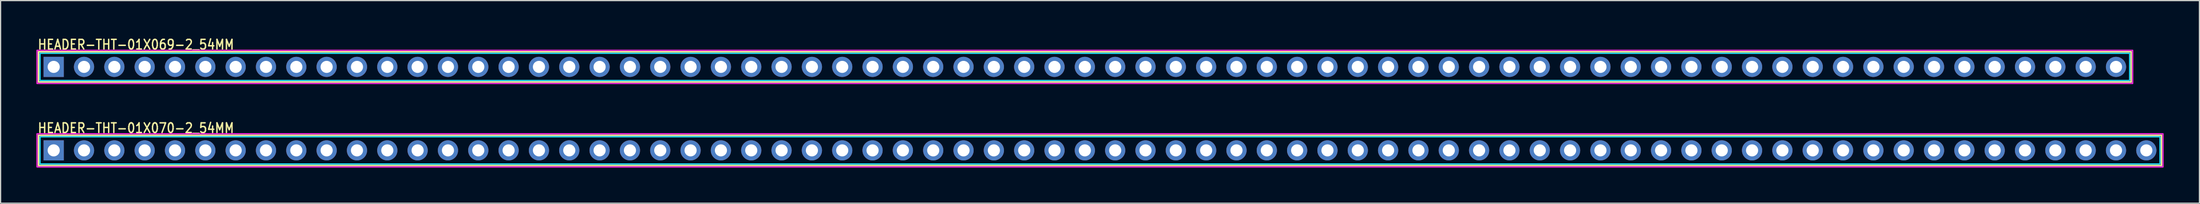
<source format=kicad_pcb>
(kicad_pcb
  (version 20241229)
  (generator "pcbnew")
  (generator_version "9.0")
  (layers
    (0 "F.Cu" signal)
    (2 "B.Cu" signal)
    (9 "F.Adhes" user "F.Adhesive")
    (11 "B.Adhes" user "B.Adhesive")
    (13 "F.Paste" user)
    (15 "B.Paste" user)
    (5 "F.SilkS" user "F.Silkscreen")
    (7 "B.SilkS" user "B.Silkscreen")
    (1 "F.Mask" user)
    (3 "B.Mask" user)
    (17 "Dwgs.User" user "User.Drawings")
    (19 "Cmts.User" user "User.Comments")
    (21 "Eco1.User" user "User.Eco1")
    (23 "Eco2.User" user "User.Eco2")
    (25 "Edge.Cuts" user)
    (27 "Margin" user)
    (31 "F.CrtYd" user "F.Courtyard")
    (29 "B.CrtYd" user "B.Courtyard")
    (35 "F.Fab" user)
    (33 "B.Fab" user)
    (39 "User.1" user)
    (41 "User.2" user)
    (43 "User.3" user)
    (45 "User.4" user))
  (footprint "HEADER-THT-01X069-2_54MM"
    (layer "F.Cu")
    (at 1.447 2.579)
    (property "Reference" "HEADER-THT-01X069-2_54MM" (at -1.4 -1.4 0) (unlocked yes) (layer "F.SilkS") (effects (font (size 0.813 0.695) (thickness 0.122)) (justify left bottom)))
    (fp_line (start -1.27 -1.27) (end -1.27 1.27) (stroke (width 0.127) (type solid)) (layer "F.SilkS"))
    (fp_line (start -1.27 1.27) (end 173.99 1.27) (stroke (width 0.127) (type solid)) (layer "F.SilkS"))
    (fp_line (start 173.99 -1.27) (end -1.27 -1.27) (stroke (width 0.127) (type solid)) (layer "F.SilkS"))
    (fp_line (start 173.99 1.27) (end 173.99 -1.27) (stroke (width 0.127) (type solid)) (layer "F.SilkS"))
    (fp_poly (pts (xy -1.143 -1.143) (xy 173.863 -1.143) (xy 173.863 1.143) (xy -1.143 1.143)) (stroke (width 0.1) (type solid)) (fill no) (layer "B.CrtYd"))
    (fp_poly (pts (xy -1.397 -1.397) (xy 174.117 -1.397) (xy 174.117 1.397) (xy -1.397 1.397)) (stroke (width 0.1) (type solid)) (fill no) (layer "F.CrtYd"))
    (pad "1" thru_hole rect (at 0 0) (size 1.693 1.693) (drill 1.016) (layers "*.Cu" "*.Mask"))
    (pad "2" thru_hole oval (at 2.54 0) (size 1.693 1.693) (drill 1.016) (layers "*.Cu" "*.Mask"))
    (pad "3" thru_hole oval (at 5.08 0) (size 1.693 1.693) (drill 1.016) (layers "*.Cu" "*.Mask"))
    (pad "4" thru_hole oval (at 7.62 0) (size 1.693 1.693) (drill 1.016) (layers "*.Cu" "*.Mask"))
    (pad "5" thru_hole oval (at 10.16 0) (size 1.693 1.693) (drill 1.016) (layers "*.Cu" "*.Mask"))
    (pad "6" thru_hole oval (at 12.7 0) (size 1.693 1.693) (drill 1.016) (layers "*.Cu" "*.Mask"))
    (pad "7" thru_hole oval (at 15.24 0) (size 1.693 1.693) (drill 1.016) (layers "*.Cu" "*.Mask"))
    (pad "8" thru_hole oval (at 17.78 0) (size 1.693 1.693) (drill 1.016) (layers "*.Cu" "*.Mask"))
    (pad "9" thru_hole oval (at 20.32 0) (size 1.693 1.693) (drill 1.016) (layers "*.Cu" "*.Mask"))
    (pad "10" thru_hole oval (at 22.86 0) (size 1.693 1.693) (drill 1.016) (layers "*.Cu" "*.Mask"))
    (pad "11" thru_hole oval (at 25.4 0) (size 1.693 1.693) (drill 1.016) (layers "*.Cu" "*.Mask"))
    (pad "12" thru_hole oval (at 27.94 0) (size 1.693 1.693) (drill 1.016) (layers "*.Cu" "*.Mask"))
    (pad "13" thru_hole oval (at 30.48 0) (size 1.693 1.693) (drill 1.016) (layers "*.Cu" "*.Mask"))
    (pad "14" thru_hole oval (at 33.02 0) (size 1.693 1.693) (drill 1.016) (layers "*.Cu" "*.Mask"))
    (pad "15" thru_hole oval (at 35.56 0) (size 1.693 1.693) (drill 1.016) (layers "*.Cu" "*.Mask"))
    (pad "16" thru_hole oval (at 38.1 0) (size 1.693 1.693) (drill 1.016) (layers "*.Cu" "*.Mask"))
    (pad "17" thru_hole oval (at 40.64 0) (size 1.693 1.693) (drill 1.016) (layers "*.Cu" "*.Mask"))
    (pad "18" thru_hole oval (at 43.18 0) (size 1.693 1.693) (drill 1.016) (layers "*.Cu" "*.Mask"))
    (pad "19" thru_hole oval (at 45.72 0) (size 1.693 1.693) (drill 1.016) (layers "*.Cu" "*.Mask"))
    (pad "20" thru_hole oval (at 48.26 0) (size 1.693 1.693) (drill 1.016) (layers "*.Cu" "*.Mask"))
    (pad "21" thru_hole oval (at 50.8 0) (size 1.693 1.693) (drill 1.016) (layers "*.Cu" "*.Mask"))
    (pad "22" thru_hole oval (at 53.34 0) (size 1.693 1.693) (drill 1.016) (layers "*.Cu" "*.Mask"))
    (pad "23" thru_hole oval (at 55.88 0) (size 1.693 1.693) (drill 1.016) (layers "*.Cu" "*.Mask"))
    (pad "24" thru_hole oval (at 58.42 0) (size 1.693 1.693) (drill 1.016) (layers "*.Cu" "*.Mask"))
    (pad "25" thru_hole oval (at 60.96 0) (size 1.693 1.693) (drill 1.016) (layers "*.Cu" "*.Mask"))
    (pad "26" thru_hole oval (at 63.5 0) (size 1.693 1.693) (drill 1.016) (layers "*.Cu" "*.Mask"))
    (pad "27" thru_hole oval (at 66.04 0) (size 1.693 1.693) (drill 1.016) (layers "*.Cu" "*.Mask"))
    (pad "28" thru_hole oval (at 68.58 0) (size 1.693 1.693) (drill 1.016) (layers "*.Cu" "*.Mask"))
    (pad "29" thru_hole oval (at 71.12 0) (size 1.693 1.693) (drill 1.016) (layers "*.Cu" "*.Mask"))
    (pad "30" thru_hole oval (at 73.66 0) (size 1.693 1.693) (drill 1.016) (layers "*.Cu" "*.Mask"))
    (pad "31" thru_hole oval (at 76.2 0) (size 1.693 1.693) (drill 1.016) (layers "*.Cu" "*.Mask"))
    (pad "32" thru_hole oval (at 78.74 0) (size 1.693 1.693) (drill 1.016) (layers "*.Cu" "*.Mask"))
    (pad "33" thru_hole oval (at 81.28 0) (size 1.693 1.693) (drill 1.016) (layers "*.Cu" "*.Mask"))
    (pad "34" thru_hole oval (at 83.82 0) (size 1.693 1.693) (drill 1.016) (layers "*.Cu" "*.Mask"))
    (pad "35" thru_hole oval (at 86.36 0) (size 1.693 1.693) (drill 1.016) (layers "*.Cu" "*.Mask"))
    (pad "36" thru_hole oval (at 88.9 0) (size 1.693 1.693) (drill 1.016) (layers "*.Cu" "*.Mask"))
    (pad "37" thru_hole oval (at 91.44 0) (size 1.693 1.693) (drill 1.016) (layers "*.Cu" "*.Mask"))
    (pad "38" thru_hole oval (at 93.98 0) (size 1.693 1.693) (drill 1.016) (layers "*.Cu" "*.Mask"))
    (pad "39" thru_hole oval (at 96.52 0) (size 1.693 1.693) (drill 1.016) (layers "*.Cu" "*.Mask"))
    (pad "40" thru_hole oval (at 99.06 0) (size 1.693 1.693) (drill 1.016) (layers "*.Cu" "*.Mask"))
    (pad "41" thru_hole oval (at 101.6 0) (size 1.693 1.693) (drill 1.016) (layers "*.Cu" "*.Mask"))
    (pad "42" thru_hole oval (at 104.14 0) (size 1.693 1.693) (drill 1.016) (layers "*.Cu" "*.Mask"))
    (pad "43" thru_hole oval (at 106.68 0) (size 1.693 1.693) (drill 1.016) (layers "*.Cu" "*.Mask"))
    (pad "44" thru_hole oval (at 109.22 0) (size 1.693 1.693) (drill 1.016) (layers "*.Cu" "*.Mask"))
    (pad "45" thru_hole oval (at 111.76 0) (size 1.693 1.693) (drill 1.016) (layers "*.Cu" "*.Mask"))
    (pad "46" thru_hole oval (at 114.3 0) (size 1.693 1.693) (drill 1.016) (layers "*.Cu" "*.Mask"))
    (pad "47" thru_hole oval (at 116.84 0) (size 1.693 1.693) (drill 1.016) (layers "*.Cu" "*.Mask"))
    (pad "48" thru_hole oval (at 119.38 0) (size 1.693 1.693) (drill 1.016) (layers "*.Cu" "*.Mask"))
    (pad "49" thru_hole oval (at 121.92 0) (size 1.693 1.693) (drill 1.016) (layers "*.Cu" "*.Mask"))
    (pad "50" thru_hole oval (at 124.46 0) (size 1.693 1.693) (drill 1.016) (layers "*.Cu" "*.Mask"))
    (pad "51" thru_hole oval (at 127 0) (size 1.693 1.693) (drill 1.016) (layers "*.Cu" "*.Mask"))
    (pad "52" thru_hole oval (at 129.54 0) (size 1.693 1.693) (drill 1.016) (layers "*.Cu" "*.Mask"))
    (pad "53" thru_hole oval (at 132.08 0) (size 1.693 1.693) (drill 1.016) (layers "*.Cu" "*.Mask"))
    (pad "54" thru_hole oval (at 134.62 0) (size 1.693 1.693) (drill 1.016) (layers "*.Cu" "*.Mask"))
    (pad "55" thru_hole oval (at 137.16 0) (size 1.693 1.693) (drill 1.016) (layers "*.Cu" "*.Mask"))
    (pad "56" thru_hole oval (at 139.7 0) (size 1.693 1.693) (drill 1.016) (layers "*.Cu" "*.Mask"))
    (pad "57" thru_hole oval (at 142.24 0) (size 1.693 1.693) (drill 1.016) (layers "*.Cu" "*.Mask"))
    (pad "58" thru_hole oval (at 144.78 0) (size 1.693 1.693) (drill 1.016) (layers "*.Cu" "*.Mask"))
    (pad "59" thru_hole oval (at 147.32 0) (size 1.693 1.693) (drill 1.016) (layers "*.Cu" "*.Mask"))
    (pad "60" thru_hole oval (at 149.86 0) (size 1.693 1.693) (drill 1.016) (layers "*.Cu" "*.Mask"))
    (pad "61" thru_hole oval (at 152.4 0) (size 1.693 1.693) (drill 1.016) (layers "*.Cu" "*.Mask"))
    (pad "62" thru_hole oval (at 154.94 0) (size 1.693 1.693) (drill 1.016) (layers "*.Cu" "*.Mask"))
    (pad "63" thru_hole oval (at 157.48 0) (size 1.693 1.693) (drill 1.016) (layers "*.Cu" "*.Mask"))
    (pad "64" thru_hole oval (at 160.02 0) (size 1.693 1.693) (drill 1.016) (layers "*.Cu" "*.Mask"))
    (pad "65" thru_hole oval (at 162.56 0) (size 1.693 1.693) (drill 1.016) (layers "*.Cu" "*.Mask"))
    (pad "66" thru_hole oval (at 165.1 0) (size 1.693 1.693) (drill 1.016) (layers "*.Cu" "*.Mask"))
    (pad "67" thru_hole oval (at 167.64 0) (size 1.693 1.693) (drill 1.016) (layers "*.Cu" "*.Mask"))
    (pad "68" thru_hole oval (at 170.18 0) (size 1.693 1.693) (drill 1.016) (layers "*.Cu" "*.Mask"))
    (pad "69" thru_hole oval (at 172.72 0) (size 1.693 1.693) (drill 1.016) (layers "*.Cu" "*.Mask")))
  (footprint "HEADER-THT-01X070-2_54MM"
    (layer "F.Cu")
    (at 1.447 9.604)
    (property "Reference" "HEADER-THT-01X070-2_54MM" (at -1.4 -1.4 0) (unlocked yes) (layer "F.SilkS") (effects (font (size 0.813 0.695) (thickness 0.122)) (justify left bottom)))
    (fp_line (start -1.27 -1.27) (end -1.27 1.27) (stroke (width 0.127) (type solid)) (layer "F.SilkS"))
    (fp_line (start -1.27 1.27) (end 176.53 1.27) (stroke (width 0.127) (type solid)) (layer "F.SilkS"))
    (fp_line (start 176.53 -1.27) (end -1.27 -1.27) (stroke (width 0.127) (type solid)) (layer "F.SilkS"))
    (fp_line (start 176.53 1.27) (end 176.53 -1.27) (stroke (width 0.127) (type solid)) (layer "F.SilkS"))
    (fp_poly (pts (xy -1.143 -1.143) (xy 176.403 -1.143) (xy 176.403 1.143) (xy -1.143 1.143)) (stroke (width 0.1) (type solid)) (fill no) (layer "B.CrtYd"))
    (fp_poly (pts (xy -1.397 -1.397) (xy 176.657 -1.397) (xy 176.657 1.397) (xy -1.397 1.397)) (stroke (width 0.1) (type solid)) (fill no) (layer "F.CrtYd"))
    (pad "1" thru_hole rect (at 0 0) (size 1.693 1.693) (drill 1.016) (layers "*.Cu" "*.Mask"))
    (pad "2" thru_hole oval (at 2.54 0) (size 1.693 1.693) (drill 1.016) (layers "*.Cu" "*.Mask"))
    (pad "3" thru_hole oval (at 5.08 0) (size 1.693 1.693) (drill 1.016) (layers "*.Cu" "*.Mask"))
    (pad "4" thru_hole oval (at 7.62 0) (size 1.693 1.693) (drill 1.016) (layers "*.Cu" "*.Mask"))
    (pad "5" thru_hole oval (at 10.16 0) (size 1.693 1.693) (drill 1.016) (layers "*.Cu" "*.Mask"))
    (pad "6" thru_hole oval (at 12.7 0) (size 1.693 1.693) (drill 1.016) (layers "*.Cu" "*.Mask"))
    (pad "7" thru_hole oval (at 15.24 0) (size 1.693 1.693) (drill 1.016) (layers "*.Cu" "*.Mask"))
    (pad "8" thru_hole oval (at 17.78 0) (size 1.693 1.693) (drill 1.016) (layers "*.Cu" "*.Mask"))
    (pad "9" thru_hole oval (at 20.32 0) (size 1.693 1.693) (drill 1.016) (layers "*.Cu" "*.Mask"))
    (pad "10" thru_hole oval (at 22.86 0) (size 1.693 1.693) (drill 1.016) (layers "*.Cu" "*.Mask"))
    (pad "11" thru_hole oval (at 25.4 0) (size 1.693 1.693) (drill 1.016) (layers "*.Cu" "*.Mask"))
    (pad "12" thru_hole oval (at 27.94 0) (size 1.693 1.693) (drill 1.016) (layers "*.Cu" "*.Mask"))
    (pad "13" thru_hole oval (at 30.48 0) (size 1.693 1.693) (drill 1.016) (layers "*.Cu" "*.Mask"))
    (pad "14" thru_hole oval (at 33.02 0) (size 1.693 1.693) (drill 1.016) (layers "*.Cu" "*.Mask"))
    (pad "15" thru_hole oval (at 35.56 0) (size 1.693 1.693) (drill 1.016) (layers "*.Cu" "*.Mask"))
    (pad "16" thru_hole oval (at 38.1 0) (size 1.693 1.693) (drill 1.016) (layers "*.Cu" "*.Mask"))
    (pad "17" thru_hole oval (at 40.64 0) (size 1.693 1.693) (drill 1.016) (layers "*.Cu" "*.Mask"))
    (pad "18" thru_hole oval (at 43.18 0) (size 1.693 1.693) (drill 1.016) (layers "*.Cu" "*.Mask"))
    (pad "19" thru_hole oval (at 45.72 0) (size 1.693 1.693) (drill 1.016) (layers "*.Cu" "*.Mask"))
    (pad "20" thru_hole oval (at 48.26 0) (size 1.693 1.693) (drill 1.016) (layers "*.Cu" "*.Mask"))
    (pad "21" thru_hole oval (at 50.8 0) (size 1.693 1.693) (drill 1.016) (layers "*.Cu" "*.Mask"))
    (pad "22" thru_hole oval (at 53.34 0) (size 1.693 1.693) (drill 1.016) (layers "*.Cu" "*.Mask"))
    (pad "23" thru_hole oval (at 55.88 0) (size 1.693 1.693) (drill 1.016) (layers "*.Cu" "*.Mask"))
    (pad "24" thru_hole oval (at 58.42 0) (size 1.693 1.693) (drill 1.016) (layers "*.Cu" "*.Mask"))
    (pad "25" thru_hole oval (at 60.96 0) (size 1.693 1.693) (drill 1.016) (layers "*.Cu" "*.Mask"))
    (pad "26" thru_hole oval (at 63.5 0) (size 1.693 1.693) (drill 1.016) (layers "*.Cu" "*.Mask"))
    (pad "27" thru_hole oval (at 66.04 0) (size 1.693 1.693) (drill 1.016) (layers "*.Cu" "*.Mask"))
    (pad "28" thru_hole oval (at 68.58 0) (size 1.693 1.693) (drill 1.016) (layers "*.Cu" "*.Mask"))
    (pad "29" thru_hole oval (at 71.12 0) (size 1.693 1.693) (drill 1.016) (layers "*.Cu" "*.Mask"))
    (pad "30" thru_hole oval (at 73.66 0) (size 1.693 1.693) (drill 1.016) (layers "*.Cu" "*.Mask"))
    (pad "31" thru_hole oval (at 76.2 0) (size 1.693 1.693) (drill 1.016) (layers "*.Cu" "*.Mask"))
    (pad "32" thru_hole oval (at 78.74 0) (size 1.693 1.693) (drill 1.016) (layers "*.Cu" "*.Mask"))
    (pad "33" thru_hole oval (at 81.28 0) (size 1.693 1.693) (drill 1.016) (layers "*.Cu" "*.Mask"))
    (pad "34" thru_hole oval (at 83.82 0) (size 1.693 1.693) (drill 1.016) (layers "*.Cu" "*.Mask"))
    (pad "35" thru_hole oval (at 86.36 0) (size 1.693 1.693) (drill 1.016) (layers "*.Cu" "*.Mask"))
    (pad "36" thru_hole oval (at 88.9 0) (size 1.693 1.693) (drill 1.016) (layers "*.Cu" "*.Mask"))
    (pad "37" thru_hole oval (at 91.44 0) (size 1.693 1.693) (drill 1.016) (layers "*.Cu" "*.Mask"))
    (pad "38" thru_hole oval (at 93.98 0) (size 1.693 1.693) (drill 1.016) (layers "*.Cu" "*.Mask"))
    (pad "39" thru_hole oval (at 96.52 0) (size 1.693 1.693) (drill 1.016) (layers "*.Cu" "*.Mask"))
    (pad "40" thru_hole oval (at 99.06 0) (size 1.693 1.693) (drill 1.016) (layers "*.Cu" "*.Mask"))
    (pad "41" thru_hole oval (at 101.6 0) (size 1.693 1.693) (drill 1.016) (layers "*.Cu" "*.Mask"))
    (pad "42" thru_hole oval (at 104.14 0) (size 1.693 1.693) (drill 1.016) (layers "*.Cu" "*.Mask"))
    (pad "43" thru_hole oval (at 106.68 0) (size 1.693 1.693) (drill 1.016) (layers "*.Cu" "*.Mask"))
    (pad "44" thru_hole oval (at 109.22 0) (size 1.693 1.693) (drill 1.016) (layers "*.Cu" "*.Mask"))
    (pad "45" thru_hole oval (at 111.76 0) (size 1.693 1.693) (drill 1.016) (layers "*.Cu" "*.Mask"))
    (pad "46" thru_hole oval (at 114.3 0) (size 1.693 1.693) (drill 1.016) (layers "*.Cu" "*.Mask"))
    (pad "47" thru_hole oval (at 116.84 0) (size 1.693 1.693) (drill 1.016) (layers "*.Cu" "*.Mask"))
    (pad "48" thru_hole oval (at 119.38 0) (size 1.693 1.693) (drill 1.016) (layers "*.Cu" "*.Mask"))
    (pad "49" thru_hole oval (at 121.92 0) (size 1.693 1.693) (drill 1.016) (layers "*.Cu" "*.Mask"))
    (pad "50" thru_hole oval (at 124.46 0) (size 1.693 1.693) (drill 1.016) (layers "*.Cu" "*.Mask"))
    (pad "51" thru_hole oval (at 127 0) (size 1.693 1.693) (drill 1.016) (layers "*.Cu" "*.Mask"))
    (pad "52" thru_hole oval (at 129.54 0) (size 1.693 1.693) (drill 1.016) (layers "*.Cu" "*.Mask"))
    (pad "53" thru_hole oval (at 132.08 0) (size 1.693 1.693) (drill 1.016) (layers "*.Cu" "*.Mask"))
    (pad "54" thru_hole oval (at 134.62 0) (size 1.693 1.693) (drill 1.016) (layers "*.Cu" "*.Mask"))
    (pad "55" thru_hole oval (at 137.16 0) (size 1.693 1.693) (drill 1.016) (layers "*.Cu" "*.Mask"))
    (pad "56" thru_hole oval (at 139.7 0) (size 1.693 1.693) (drill 1.016) (layers "*.Cu" "*.Mask"))
    (pad "57" thru_hole oval (at 142.24 0) (size 1.693 1.693) (drill 1.016) (layers "*.Cu" "*.Mask"))
    (pad "58" thru_hole oval (at 144.78 0) (size 1.693 1.693) (drill 1.016) (layers "*.Cu" "*.Mask"))
    (pad "59" thru_hole oval (at 147.32 0) (size 1.693 1.693) (drill 1.016) (layers "*.Cu" "*.Mask"))
    (pad "60" thru_hole oval (at 149.86 0) (size 1.693 1.693) (drill 1.016) (layers "*.Cu" "*.Mask"))
    (pad "61" thru_hole oval (at 152.4 0) (size 1.693 1.693) (drill 1.016) (layers "*.Cu" "*.Mask"))
    (pad "62" thru_hole oval (at 154.94 0) (size 1.693 1.693) (drill 1.016) (layers "*.Cu" "*.Mask"))
    (pad "63" thru_hole oval (at 157.48 0) (size 1.693 1.693) (drill 1.016) (layers "*.Cu" "*.Mask"))
    (pad "64" thru_hole oval (at 160.02 0) (size 1.693 1.693) (drill 1.016) (layers "*.Cu" "*.Mask"))
    (pad "65" thru_hole oval (at 162.56 0) (size 1.693 1.693) (drill 1.016) (layers "*.Cu" "*.Mask"))
    (pad "66" thru_hole oval (at 165.1 0) (size 1.693 1.693) (drill 1.016) (layers "*.Cu" "*.Mask"))
    (pad "67" thru_hole oval (at 167.64 0) (size 1.693 1.693) (drill 1.016) (layers "*.Cu" "*.Mask"))
    (pad "68" thru_hole oval (at 170.18 0) (size 1.693 1.693) (drill 1.016) (layers "*.Cu" "*.Mask"))
    (pad "69" thru_hole oval (at 172.72 0) (size 1.693 1.693) (drill 1.016) (layers "*.Cu" "*.Mask"))
    (pad "70" thru_hole oval (at 175.26 0) (size 1.693 1.693) (drill 1.016) (layers "*.Cu" "*.Mask")))
  (gr_rect
    (start -3 -3)
    (end 181.154 14.051)
    (stroke (width 0.1) (type default))
    (fill no)
    (layer "Edge.Cuts")))
</source>
